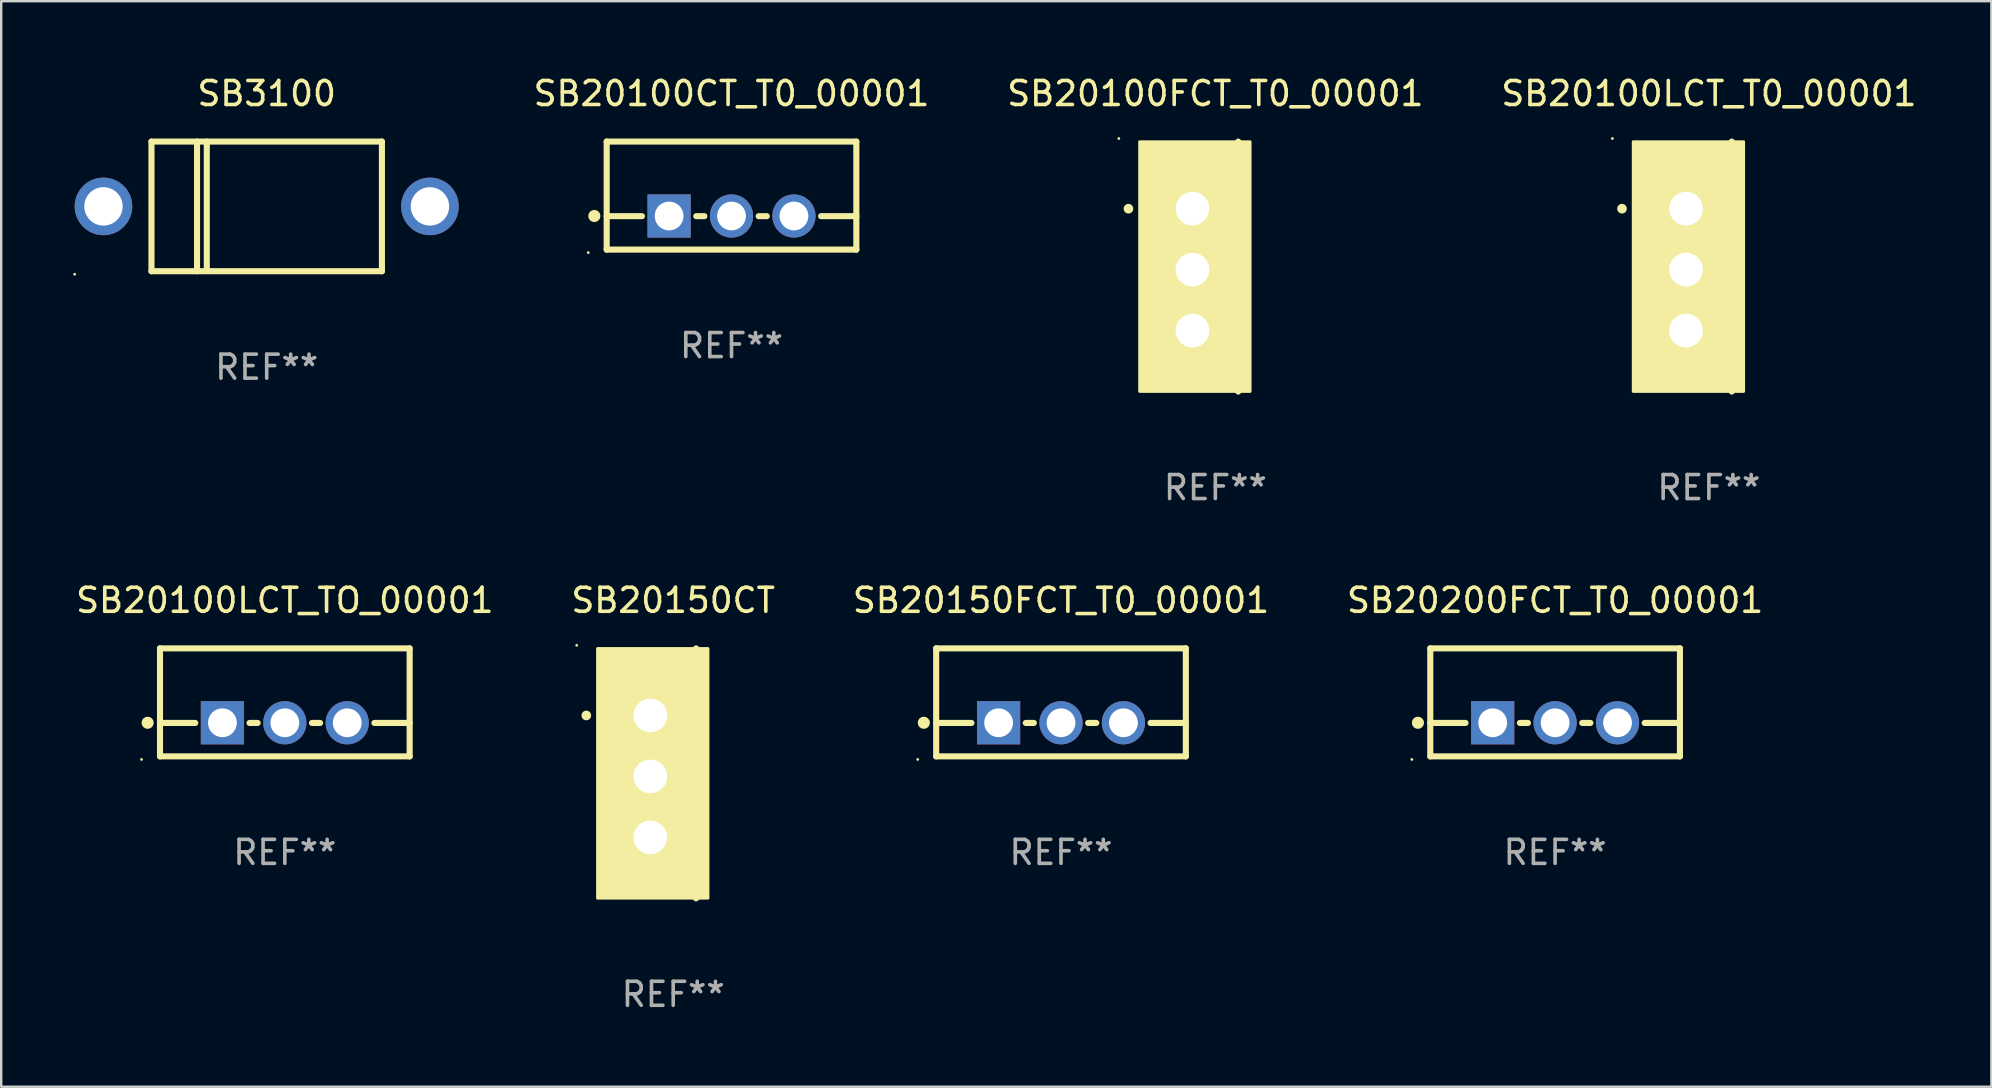
<source format=kicad_pcb>
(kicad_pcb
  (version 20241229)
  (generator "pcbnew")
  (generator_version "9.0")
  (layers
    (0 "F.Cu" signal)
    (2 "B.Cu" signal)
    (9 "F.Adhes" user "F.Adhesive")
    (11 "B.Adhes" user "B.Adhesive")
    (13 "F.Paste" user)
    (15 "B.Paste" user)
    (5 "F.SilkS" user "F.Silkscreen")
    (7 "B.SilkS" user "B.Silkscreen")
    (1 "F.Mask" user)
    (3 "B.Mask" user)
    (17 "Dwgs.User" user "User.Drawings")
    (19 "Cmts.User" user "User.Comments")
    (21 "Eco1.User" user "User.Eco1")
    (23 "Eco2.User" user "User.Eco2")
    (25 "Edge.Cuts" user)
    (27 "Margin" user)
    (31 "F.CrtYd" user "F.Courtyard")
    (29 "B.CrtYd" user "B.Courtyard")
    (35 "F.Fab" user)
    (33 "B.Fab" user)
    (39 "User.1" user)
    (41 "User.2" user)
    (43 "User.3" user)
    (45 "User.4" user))
  (footprint "SB20100CT_T0_00001"
    (layer "F.Cu")
    (at 27.423 5.098)
    (property "Reference" "SB20100CT_T0_00001" (at 0 -4.25 0) (layer "F.SilkS") (effects (font (size 1 1) (thickness 0.15))))
    (attr through_hole)
    (fp_line (start -5.2 -2.25) (end -5.2 2.25) (stroke (width 0.254) (type solid)) (layer "F.SilkS"))
    (fp_line (start -5.2 -2.25) (end 5.2 -2.25) (stroke (width 0.254) (type solid)) (layer "F.SilkS"))
    (fp_line (start -5.2 0.857) (end -3.731 0.857) (stroke (width 0.254) (type solid)) (layer "F.SilkS"))
    (fp_line (start -5.2 2.25) (end 5.2 2.25) (stroke (width 0.254) (type solid)) (layer "F.SilkS"))
    (fp_line (start -1.469 0.857) (end -1.131 0.857) (stroke (width 0.254) (type solid)) (layer "F.SilkS"))
    (fp_line (start 1.131 0.857) (end 1.469 0.857) (stroke (width 0.254) (type solid)) (layer "F.SilkS"))
    (fp_line (start 3.731 0.857) (end 5.2 0.857) (stroke (width 0.254) (type solid)) (layer "F.SilkS"))
    (fp_line (start 5.2 -2.25) (end 5.2 2.25) (stroke (width 0.254) (type solid)) (layer "F.SilkS"))
    (fp_circle (center -5.969 2.377) (end -5.939 2.377) (stroke (width 0.06) (type solid)) (fill no) (layer "F.SilkS"))
    (fp_circle (center -5.715 0.85) (end -5.588 0.85) (stroke (width 0.254) (type solid)) (fill no) (layer "F.SilkS"))
    (fp_text user "REF**" (at 0 6.25 0) (layer "F.Fab") (effects (font (size 1 1) (thickness 0.15))))
    (pad "1" thru_hole rect (at -2.6 0.85) (size 1.8 1.8) (drill 1.2) (layers "*.Cu" "*.Mask"))
    (pad "2" thru_hole circle (at 0 0.85) (size 1.8 1.8) (drill 1.2) (layers "*.Cu" "*.Mask"))
    (pad "3" thru_hole circle (at 2.6 0.85) (size 1.8 1.8) (drill 1.2) (layers "*.Cu" "*.Mask")))
  (footprint "SB20100LCT_TO_00001"
    (layer "F.Cu")
    (at 8.815 26.209)
    (property "Reference" "SB20100LCT_TO_00001" (at 0 -4.25 0) (layer "F.SilkS") (effects (font (size 1 1) (thickness 0.15))))
    (attr through_hole)
    (fp_line (start -5.2 -2.25) (end -5.2 2.25) (stroke (width 0.254) (type solid)) (layer "F.SilkS"))
    (fp_line (start -5.2 -2.25) (end 5.2 -2.25) (stroke (width 0.254) (type solid)) (layer "F.SilkS"))
    (fp_line (start -5.2 0.857) (end -3.731 0.857) (stroke (width 0.254) (type solid)) (layer "F.SilkS"))
    (fp_line (start -5.2 2.25) (end 5.2 2.25) (stroke (width 0.254) (type solid)) (layer "F.SilkS"))
    (fp_line (start -1.469 0.857) (end -1.131 0.857) (stroke (width 0.254) (type solid)) (layer "F.SilkS"))
    (fp_line (start 1.131 0.857) (end 1.469 0.857) (stroke (width 0.254) (type solid)) (layer "F.SilkS"))
    (fp_line (start 3.731 0.857) (end 5.2 0.857) (stroke (width 0.254) (type solid)) (layer "F.SilkS"))
    (fp_line (start 5.2 -2.25) (end 5.2 2.25) (stroke (width 0.254) (type solid)) (layer "F.SilkS"))
    (fp_circle (center -5.969 2.377) (end -5.939 2.377) (stroke (width 0.06) (type solid)) (fill no) (layer "F.SilkS"))
    (fp_circle (center -5.715 0.85) (end -5.588 0.85) (stroke (width 0.254) (type solid)) (fill no) (layer "F.SilkS"))
    (fp_text user "REF**" (at 0 6.25 0) (layer "F.Fab") (effects (font (size 1 1) (thickness 0.15))))
    (pad "1" thru_hole rect (at -2.6 0.85) (size 1.8 1.8) (drill 1.2) (layers "*.Cu" "*.Mask"))
    (pad "2" thru_hole circle (at 0 0.85) (size 1.8 1.8) (drill 1.2) (layers "*.Cu" "*.Mask"))
    (pad "3" thru_hole circle (at 2.6 0.85) (size 1.8 1.8) (drill 1.2) (layers "*.Cu" "*.Mask")))
  (footprint "SB20100LCT_T0_00001"
    (layer "F.Cu")
    (at 68.138 8.055)
    (property "Reference" "SB20100LCT_T0_00001" (at 0 -7.207 0) (layer "F.SilkS") (effects (font (size 1 1) (thickness 0.15))))
    (attr through_hole)
    (fp_line (start 0.953 5.207) (end 0.953 -5.207) (stroke (width 0.254) (type solid)) (layer "F.SilkS"))
    (fp_arc (start -3.619507 -2.410465) (mid -3.619511 -2.411735) (end -3.619507 -2.413005) (stroke (width 0.4) (type solid)) (layer "F.SilkS"))
    (fp_circle (center -4.02 -5.334) (end -3.99 -5.334) (stroke (width 0.06) (type solid)) (fill no) (layer "F.SilkS"))
    (fp_poly (pts (xy -3.152 -5.2) (xy 1.448 -5.2) (xy 1.448 5.2) (xy -3.152 5.2)) (stroke (width 0.12) (type solid)) (fill yes) (layer "F.SilkS"))
    (fp_text user "REF**" (at 0 9.207 0) (layer "F.Fab") (effects (font (size 1 1) (thickness 0.15))))
    (pad "1" thru_hole rect (at -0.953 -2.413 270) (size 2 2.5) (drill 1.4) (layers "*.Cu" "*.Mask"))
    (pad "2" thru_hole oval (at -0.953 0.127 270) (size 2 2.5) (drill 1.4) (layers "*.Cu" "*.Mask"))
    (pad "3" thru_hole oval (at -0.953 2.667 270) (size 2 2.5) (drill 1.4) (layers "*.Cu" "*.Mask")))
  (footprint "SB20150CT"
    (layer "F.Cu")
    (at 24.994 29.166)
    (property "Reference" "SB20150CT" (at 0 -7.207 0) (layer "F.SilkS") (effects (font (size 1 1) (thickness 0.15))))
    (attr through_hole)
    (fp_line (start 0.953 5.207) (end 0.953 -5.207) (stroke (width 0.254) (type solid)) (layer "F.SilkS"))
    (fp_arc (start -3.619507 -2.410465) (mid -3.619511 -2.411735) (end -3.619507 -2.413005) (stroke (width 0.4) (type solid)) (layer "F.SilkS"))
    (fp_circle (center -4.02 -5.334) (end -3.99 -5.334) (stroke (width 0.06) (type solid)) (fill no) (layer "F.SilkS"))
    (fp_poly (pts (xy -3.152 -5.2) (xy 1.448 -5.2) (xy 1.448 5.2) (xy -3.152 5.2)) (stroke (width 0.12) (type solid)) (fill yes) (layer "F.SilkS"))
    (fp_text user "REF**" (at 0 9.207 0) (layer "F.Fab") (effects (font (size 1 1) (thickness 0.15))))
    (pad "1" thru_hole rect (at -0.953 -2.413 270) (size 2 2.5) (drill 1.4) (layers "*.Cu" "*.Mask"))
    (pad "2" thru_hole oval (at -0.953 0.127 270) (size 2 2.5) (drill 1.4) (layers "*.Cu" "*.Mask"))
    (pad "3" thru_hole oval (at -0.953 2.667 270) (size 2 2.5) (drill 1.4) (layers "*.Cu" "*.Mask")))
  (footprint "SB20100FCT_T0_00001"
    (layer "F.Cu")
    (at 47.578 8.055)
    (property "Reference" "SB20100FCT_T0_00001" (at 0 -7.207 0) (layer "F.SilkS") (effects (font (size 1 1) (thickness 0.15))))
    (attr through_hole)
    (fp_line (start 0.953 5.207) (end 0.953 -5.207) (stroke (width 0.254) (type solid)) (layer "F.SilkS"))
    (fp_arc (start -3.619507 -2.410465) (mid -3.619511 -2.411735) (end -3.619507 -2.413005) (stroke (width 0.4) (type solid)) (layer "F.SilkS"))
    (fp_circle (center -4.02 -5.334) (end -3.99 -5.334) (stroke (width 0.06) (type solid)) (fill no) (layer "F.SilkS"))
    (fp_poly (pts (xy -3.152 -5.2) (xy 1.448 -5.2) (xy 1.448 5.2) (xy -3.152 5.2)) (stroke (width 0.12) (type solid)) (fill yes) (layer "F.SilkS"))
    (fp_text user "REF**" (at 0 9.207 0) (layer "F.Fab") (effects (font (size 1 1) (thickness 0.15))))
    (pad "1" thru_hole rect (at -0.953 -2.413 270) (size 2 2.5) (drill 1.4) (layers "*.Cu" "*.Mask"))
    (pad "2" thru_hole oval (at -0.953 0.127 270) (size 2 2.5) (drill 1.4) (layers "*.Cu" "*.Mask"))
    (pad "3" thru_hole oval (at -0.953 2.667 270) (size 2 2.5) (drill 1.4) (layers "*.Cu" "*.Mask")))
  (footprint "SB20200FCT_T0_00001"
    (layer "F.Cu")
    (at 61.732 26.209)
    (property "Reference" "SB20200FCT_T0_00001" (at 0 -4.25 0) (layer "F.SilkS") (effects (font (size 1 1) (thickness 0.15))))
    (attr through_hole)
    (fp_line (start -5.2 -2.25) (end -5.2 2.25) (stroke (width 0.254) (type solid)) (layer "F.SilkS"))
    (fp_line (start -5.2 -2.25) (end 5.2 -2.25) (stroke (width 0.254) (type solid)) (layer "F.SilkS"))
    (fp_line (start -5.2 0.857) (end -3.731 0.857) (stroke (width 0.254) (type solid)) (layer "F.SilkS"))
    (fp_line (start -5.2 2.25) (end 5.2 2.25) (stroke (width 0.254) (type solid)) (layer "F.SilkS"))
    (fp_line (start -1.469 0.857) (end -1.131 0.857) (stroke (width 0.254) (type solid)) (layer "F.SilkS"))
    (fp_line (start 1.131 0.857) (end 1.469 0.857) (stroke (width 0.254) (type solid)) (layer "F.SilkS"))
    (fp_line (start 3.731 0.857) (end 5.2 0.857) (stroke (width 0.254) (type solid)) (layer "F.SilkS"))
    (fp_line (start 5.2 -2.25) (end 5.2 2.25) (stroke (width 0.254) (type solid)) (layer "F.SilkS"))
    (fp_circle (center -5.969 2.377) (end -5.939 2.377) (stroke (width 0.06) (type solid)) (fill no) (layer "F.SilkS"))
    (fp_circle (center -5.715 0.85) (end -5.588 0.85) (stroke (width 0.254) (type solid)) (fill no) (layer "F.SilkS"))
    (fp_text user "REF**" (at 0 6.25 0) (layer "F.Fab") (effects (font (size 1 1) (thickness 0.15))))
    (pad "1" thru_hole rect (at -2.6 0.85) (size 1.8 1.8) (drill 1.2) (layers "*.Cu" "*.Mask"))
    (pad "2" thru_hole circle (at 0 0.85) (size 1.8 1.8) (drill 1.2) (layers "*.Cu" "*.Mask"))
    (pad "3" thru_hole circle (at 2.6 0.85) (size 1.8 1.8) (drill 1.2) (layers "*.Cu" "*.Mask")))
  (footprint "SB3100"
    (layer "F.Cu")
    (at 8.06 5.548)
    (property "Reference" "SB3100" (at 0 -4.7 0) (layer "F.SilkS") (effects (font (size 1 1) (thickness 0.15))))
    (attr through_hole)
    (fp_line (start -4.8 -2.7) (end -4.8 2.7) (stroke (width 0.254) (type solid)) (layer "F.SilkS"))
    (fp_line (start -4.8 -2.7) (end 4.8 -2.7) (stroke (width 0.254) (type solid)) (layer "F.SilkS"))
    (fp_line (start -2.902 -2.7) (end -2.902 2.7) (stroke (width 0.254) (type solid)) (layer "F.SilkS"))
    (fp_line (start -2.496 -2.7) (end -2.496 2.54) (stroke (width 0.254) (type solid)) (layer "F.SilkS"))
    (fp_line (start 4.8 -2.7) (end 4.8 2.7) (stroke (width 0.254) (type solid)) (layer "F.SilkS"))
    (fp_line (start 4.8 2.7) (end -4.8 2.7) (stroke (width 0.254) (type solid)) (layer "F.SilkS"))
    (fp_circle (center -8 2.827) (end -7.97 2.827) (stroke (width 0.06) (type solid)) (fill no) (layer "F.SilkS"))
    (fp_text user "REF**" (at 0 6.7 0) (layer "F.Fab") (effects (font (size 1 1) (thickness 0.15))))
    (pad "1" thru_hole circle (at -6.8 0) (size 2.4 2.4) (drill 1.6) (layers "*.Cu" "*.Mask"))
    (pad "2" thru_hole circle (at 6.8 0) (size 2.4 2.4) (drill 1.6) (layers "*.Cu" "*.Mask")))
  (footprint "SB20150FCT_T0_00001"
    (layer "F.Cu")
    (at 41.149 26.209)
    (property "Reference" "SB20150FCT_T0_00001" (at 0 -4.25 0) (layer "F.SilkS") (effects (font (size 1 1) (thickness 0.15))))
    (attr through_hole)
    (fp_line (start -5.2 -2.25) (end -5.2 2.25) (stroke (width 0.254) (type solid)) (layer "F.SilkS"))
    (fp_line (start -5.2 -2.25) (end 5.2 -2.25) (stroke (width 0.254) (type solid)) (layer "F.SilkS"))
    (fp_line (start -5.2 0.857) (end -3.731 0.857) (stroke (width 0.254) (type solid)) (layer "F.SilkS"))
    (fp_line (start -5.2 2.25) (end 5.2 2.25) (stroke (width 0.254) (type solid)) (layer "F.SilkS"))
    (fp_line (start -1.469 0.857) (end -1.131 0.857) (stroke (width 0.254) (type solid)) (layer "F.SilkS"))
    (fp_line (start 1.131 0.857) (end 1.469 0.857) (stroke (width 0.254) (type solid)) (layer "F.SilkS"))
    (fp_line (start 3.731 0.857) (end 5.2 0.857) (stroke (width 0.254) (type solid)) (layer "F.SilkS"))
    (fp_line (start 5.2 -2.25) (end 5.2 2.25) (stroke (width 0.254) (type solid)) (layer "F.SilkS"))
    (fp_circle (center -5.969 2.377) (end -5.939 2.377) (stroke (width 0.06) (type solid)) (fill no) (layer "F.SilkS"))
    (fp_circle (center -5.715 0.85) (end -5.588 0.85) (stroke (width 0.254) (type solid)) (fill no) (layer "F.SilkS"))
    (fp_text user "REF**" (at 0 6.25 0) (layer "F.Fab") (effects (font (size 1 1) (thickness 0.15))))
    (pad "1" thru_hole rect (at -2.6 0.85) (size 1.8 1.8) (drill 1.2) (layers "*.Cu" "*.Mask"))
    (pad "2" thru_hole circle (at 0 0.85) (size 1.8 1.8) (drill 1.2) (layers "*.Cu" "*.Mask"))
    (pad "3" thru_hole circle (at 2.6 0.85) (size 1.8 1.8) (drill 1.2) (layers "*.Cu" "*.Mask")))
  (gr_rect
    (start -3 -3)
    (end 79.905 42.221)
    (stroke (width 0.1) (type default))
    (fill no)
    (layer "Edge.Cuts")))
</source>
